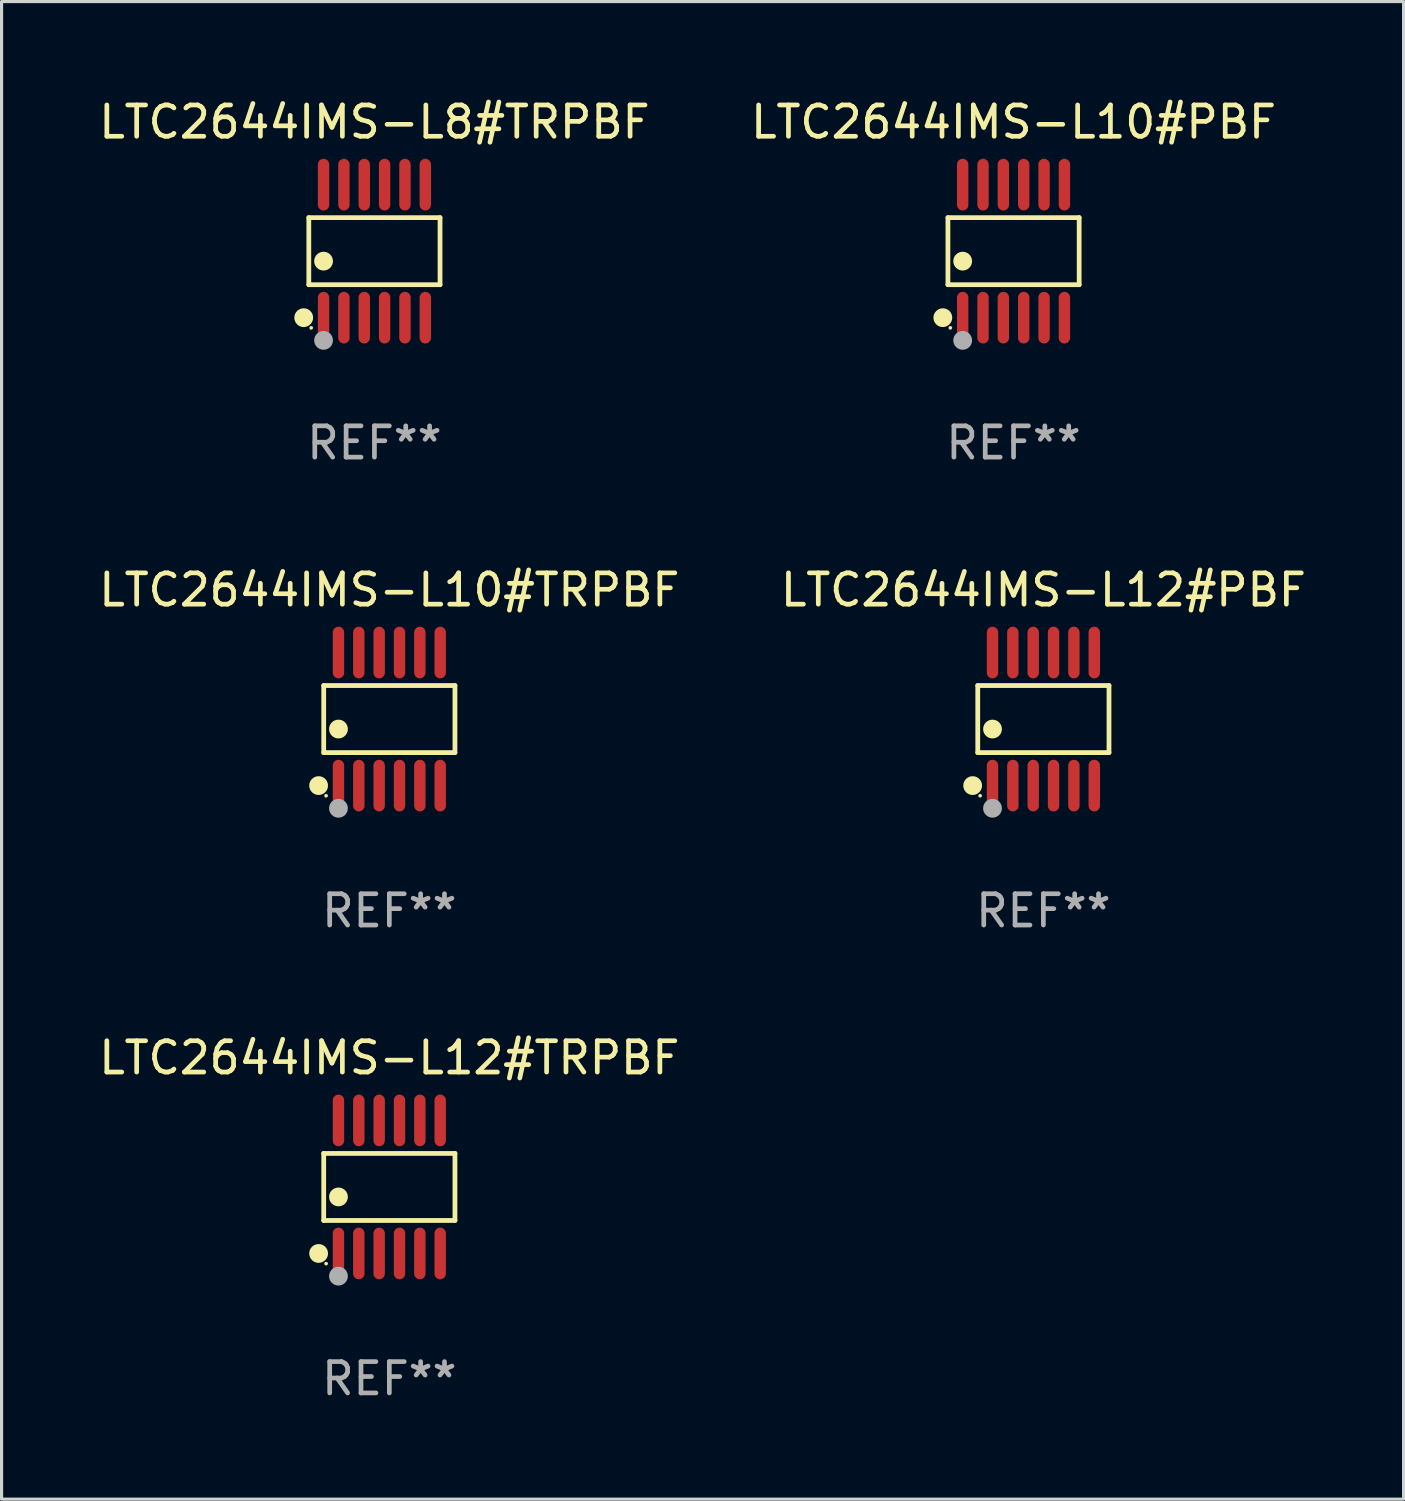
<source format=kicad_pcb>
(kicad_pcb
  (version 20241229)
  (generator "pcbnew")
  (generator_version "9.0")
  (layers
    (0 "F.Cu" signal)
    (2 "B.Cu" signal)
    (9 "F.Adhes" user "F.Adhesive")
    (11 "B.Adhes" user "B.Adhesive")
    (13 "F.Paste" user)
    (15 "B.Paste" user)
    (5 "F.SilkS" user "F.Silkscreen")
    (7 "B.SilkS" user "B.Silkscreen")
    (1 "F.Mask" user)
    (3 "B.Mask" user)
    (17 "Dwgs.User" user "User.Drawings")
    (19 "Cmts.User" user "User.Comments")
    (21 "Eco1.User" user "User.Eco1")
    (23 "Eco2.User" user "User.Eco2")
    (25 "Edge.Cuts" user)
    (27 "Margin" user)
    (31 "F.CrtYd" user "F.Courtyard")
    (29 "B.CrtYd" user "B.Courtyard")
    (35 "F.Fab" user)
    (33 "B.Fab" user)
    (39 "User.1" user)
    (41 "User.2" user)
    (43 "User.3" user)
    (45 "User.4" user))
  (footprint "LTC2644IMS-L12#TRPBF"
    (layer "F.Cu")
    (at 9.387 34.866)
    (property "Reference" "LTC2644IMS-L12#TRPBF" (at 0 -4.125 0) (layer "F.SilkS") (effects (font (size 1 1) (thickness 0.15))))
    (attr through_hole)
    (fp_line (start -2.096 -1.071) (end 2.096 -1.071) (stroke (width 0.152) (type solid)) (layer "F.SilkS"))
    (fp_line (start -2.096 1.071) (end -2.096 -1.071) (stroke (width 0.152) (type solid)) (layer "F.SilkS"))
    (fp_line (start 2.096 -1.071) (end 2.096 1.071) (stroke (width 0.152) (type solid)) (layer "F.SilkS"))
    (fp_line (start 2.096 1.071) (end -2.096 1.071) (stroke (width 0.152) (type solid)) (layer "F.SilkS"))
    (fp_circle (center -2.259 2.125) (end -2.109 2.125) (stroke (width 0.3) (type solid)) (fill no) (layer "F.SilkS"))
    (fp_circle (center -2.02 2.45) (end -1.99 2.45) (stroke (width 0.06) (type solid)) (fill no) (layer "F.SilkS"))
    (fp_circle (center -1.625 0.319) (end -1.475 0.319) (stroke (width 0.3) (type solid)) (fill no) (layer "F.SilkS"))
    (fp_circle (center -1.625 2.85) (end -1.475 2.85) (stroke (width 0.3) (type solid)) (fill no) (layer "F.Fab"))
    (fp_text user "REF**" (at 0 6.125 0) (layer "F.Fab") (effects (font (size 1 1) (thickness 0.15))))
    (pad "1" smd oval (at -1.625 2.125) (size 0.364 1.65) (layers "F.Cu" "F.Mask" "F.Paste"))
    (pad "2" smd oval (at -0.975 2.125) (size 0.364 1.65) (layers "F.Cu" "F.Mask" "F.Paste"))
    (pad "3" smd oval (at -0.325 2.125) (size 0.364 1.65) (layers "F.Cu" "F.Mask" "F.Paste"))
    (pad "4" smd oval (at 0.325 2.125) (size 0.364 1.65) (layers "F.Cu" "F.Mask" "F.Paste"))
    (pad "5" smd oval (at 0.975 2.125) (size 0.364 1.65) (layers "F.Cu" "F.Mask" "F.Paste"))
    (pad "6" smd oval (at 1.625 2.125) (size 0.364 1.65) (layers "F.Cu" "F.Mask" "F.Paste"))
    (pad "7" smd oval (at 1.625 -2.125) (size 0.364 1.65) (layers "F.Cu" "F.Mask" "F.Paste"))
    (pad "8" smd oval (at 0.975 -2.125) (size 0.364 1.65) (layers "F.Cu" "F.Mask" "F.Paste"))
    (pad "9" smd oval (at 0.325 -2.125) (size 0.364 1.65) (layers "F.Cu" "F.Mask" "F.Paste"))
    (pad "10" smd oval (at -0.325 -2.125) (size 0.364 1.65) (layers "F.Cu" "F.Mask" "F.Paste"))
    (pad "11" smd oval (at -0.975 -2.125) (size 0.364 1.65) (layers "F.Cu" "F.Mask" "F.Paste"))
    (pad "12" smd oval (at -1.625 -2.125) (size 0.364 1.65) (layers "F.Cu" "F.Mask" "F.Paste")))
  (footprint "LTC2644IMS-L8#TRPBF"
    (layer "F.Cu")
    (at 8.911 4.973)
    (property "Reference" "LTC2644IMS-L8#TRPBF" (at 0 -4.125 0) (layer "F.SilkS") (effects (font (size 1 1) (thickness 0.15))))
    (attr through_hole)
    (fp_line (start -2.096 -1.071) (end 2.096 -1.071) (stroke (width 0.152) (type solid)) (layer "F.SilkS"))
    (fp_line (start -2.096 1.071) (end -2.096 -1.071) (stroke (width 0.152) (type solid)) (layer "F.SilkS"))
    (fp_line (start 2.096 -1.071) (end 2.096 1.071) (stroke (width 0.152) (type solid)) (layer "F.SilkS"))
    (fp_line (start 2.096 1.071) (end -2.096 1.071) (stroke (width 0.152) (type solid)) (layer "F.SilkS"))
    (fp_circle (center -2.259 2.125) (end -2.109 2.125) (stroke (width 0.3) (type solid)) (fill no) (layer "F.SilkS"))
    (fp_circle (center -2.02 2.45) (end -1.99 2.45) (stroke (width 0.06) (type solid)) (fill no) (layer "F.SilkS"))
    (fp_circle (center -1.625 0.319) (end -1.475 0.319) (stroke (width 0.3) (type solid)) (fill no) (layer "F.SilkS"))
    (fp_circle (center -1.625 2.85) (end -1.475 2.85) (stroke (width 0.3) (type solid)) (fill no) (layer "F.Fab"))
    (fp_text user "REF**" (at 0 6.125 0) (layer "F.Fab") (effects (font (size 1 1) (thickness 0.15))))
    (pad "1" smd oval (at -1.625 2.125) (size 0.364 1.65) (layers "F.Cu" "F.Mask" "F.Paste"))
    (pad "2" smd oval (at -0.975 2.125) (size 0.364 1.65) (layers "F.Cu" "F.Mask" "F.Paste"))
    (pad "3" smd oval (at -0.325 2.125) (size 0.364 1.65) (layers "F.Cu" "F.Mask" "F.Paste"))
    (pad "4" smd oval (at 0.325 2.125) (size 0.364 1.65) (layers "F.Cu" "F.Mask" "F.Paste"))
    (pad "5" smd oval (at 0.975 2.125) (size 0.364 1.65) (layers "F.Cu" "F.Mask" "F.Paste"))
    (pad "6" smd oval (at 1.625 2.125) (size 0.364 1.65) (layers "F.Cu" "F.Mask" "F.Paste"))
    (pad "7" smd oval (at 1.625 -2.125) (size 0.364 1.65) (layers "F.Cu" "F.Mask" "F.Paste"))
    (pad "8" smd oval (at 0.975 -2.125) (size 0.364 1.65) (layers "F.Cu" "F.Mask" "F.Paste"))
    (pad "9" smd oval (at 0.325 -2.125) (size 0.364 1.65) (layers "F.Cu" "F.Mask" "F.Paste"))
    (pad "10" smd oval (at -0.325 -2.125) (size 0.364 1.65) (layers "F.Cu" "F.Mask" "F.Paste"))
    (pad "11" smd oval (at -0.975 -2.125) (size 0.364 1.65) (layers "F.Cu" "F.Mask" "F.Paste"))
    (pad "12" smd oval (at -1.625 -2.125) (size 0.364 1.65) (layers "F.Cu" "F.Mask" "F.Paste")))
  (footprint "LTC2644IMS-L12#PBF"
    (layer "F.Cu")
    (at 30.28 19.92)
    (property "Reference" "LTC2644IMS-L12#PBF" (at 0 -4.125 0) (layer "F.SilkS") (effects (font (size 1 1) (thickness 0.15))))
    (attr through_hole)
    (fp_line (start -2.096 -1.071) (end 2.096 -1.071) (stroke (width 0.152) (type solid)) (layer "F.SilkS"))
    (fp_line (start -2.096 1.071) (end -2.096 -1.071) (stroke (width 0.152) (type solid)) (layer "F.SilkS"))
    (fp_line (start 2.096 -1.071) (end 2.096 1.071) (stroke (width 0.152) (type solid)) (layer "F.SilkS"))
    (fp_line (start 2.096 1.071) (end -2.096 1.071) (stroke (width 0.152) (type solid)) (layer "F.SilkS"))
    (fp_circle (center -2.259 2.125) (end -2.109 2.125) (stroke (width 0.3) (type solid)) (fill no) (layer "F.SilkS"))
    (fp_circle (center -2.02 2.45) (end -1.99 2.45) (stroke (width 0.06) (type solid)) (fill no) (layer "F.SilkS"))
    (fp_circle (center -1.625 0.319) (end -1.475 0.319) (stroke (width 0.3) (type solid)) (fill no) (layer "F.SilkS"))
    (fp_circle (center -1.625 2.85) (end -1.475 2.85) (stroke (width 0.3) (type solid)) (fill no) (layer "F.Fab"))
    (fp_text user "REF**" (at 0 6.125 0) (layer "F.Fab") (effects (font (size 1 1) (thickness 0.15))))
    (pad "1" smd oval (at -1.625 2.125) (size 0.364 1.65) (layers "F.Cu" "F.Mask" "F.Paste"))
    (pad "2" smd oval (at -0.975 2.125) (size 0.364 1.65) (layers "F.Cu" "F.Mask" "F.Paste"))
    (pad "3" smd oval (at -0.325 2.125) (size 0.364 1.65) (layers "F.Cu" "F.Mask" "F.Paste"))
    (pad "4" smd oval (at 0.325 2.125) (size 0.364 1.65) (layers "F.Cu" "F.Mask" "F.Paste"))
    (pad "5" smd oval (at 0.975 2.125) (size 0.364 1.65) (layers "F.Cu" "F.Mask" "F.Paste"))
    (pad "6" smd oval (at 1.625 2.125) (size 0.364 1.65) (layers "F.Cu" "F.Mask" "F.Paste"))
    (pad "7" smd oval (at 1.625 -2.125) (size 0.364 1.65) (layers "F.Cu" "F.Mask" "F.Paste"))
    (pad "8" smd oval (at 0.975 -2.125) (size 0.364 1.65) (layers "F.Cu" "F.Mask" "F.Paste"))
    (pad "9" smd oval (at 0.325 -2.125) (size 0.364 1.65) (layers "F.Cu" "F.Mask" "F.Paste"))
    (pad "10" smd oval (at -0.325 -2.125) (size 0.364 1.65) (layers "F.Cu" "F.Mask" "F.Paste"))
    (pad "11" smd oval (at -0.975 -2.125) (size 0.364 1.65) (layers "F.Cu" "F.Mask" "F.Paste"))
    (pad "12" smd oval (at -1.625 -2.125) (size 0.364 1.65) (layers "F.Cu" "F.Mask" "F.Paste")))
  (footprint "LTC2644IMS-L10#TRPBF"
    (layer "F.Cu")
    (at 9.387 19.92)
    (property "Reference" "LTC2644IMS-L10#TRPBF" (at 0 -4.125 0) (layer "F.SilkS") (effects (font (size 1 1) (thickness 0.15))))
    (attr through_hole)
    (fp_line (start -2.096 -1.071) (end 2.096 -1.071) (stroke (width 0.152) (type solid)) (layer "F.SilkS"))
    (fp_line (start -2.096 1.071) (end -2.096 -1.071) (stroke (width 0.152) (type solid)) (layer "F.SilkS"))
    (fp_line (start 2.096 -1.071) (end 2.096 1.071) (stroke (width 0.152) (type solid)) (layer "F.SilkS"))
    (fp_line (start 2.096 1.071) (end -2.096 1.071) (stroke (width 0.152) (type solid)) (layer "F.SilkS"))
    (fp_circle (center -2.259 2.125) (end -2.109 2.125) (stroke (width 0.3) (type solid)) (fill no) (layer "F.SilkS"))
    (fp_circle (center -2.02 2.45) (end -1.99 2.45) (stroke (width 0.06) (type solid)) (fill no) (layer "F.SilkS"))
    (fp_circle (center -1.625 0.319) (end -1.475 0.319) (stroke (width 0.3) (type solid)) (fill no) (layer "F.SilkS"))
    (fp_circle (center -1.625 2.85) (end -1.475 2.85) (stroke (width 0.3) (type solid)) (fill no) (layer "F.Fab"))
    (fp_text user "REF**" (at 0 6.125 0) (layer "F.Fab") (effects (font (size 1 1) (thickness 0.15))))
    (pad "1" smd oval (at -1.625 2.125) (size 0.364 1.65) (layers "F.Cu" "F.Mask" "F.Paste"))
    (pad "2" smd oval (at -0.975 2.125) (size 0.364 1.65) (layers "F.Cu" "F.Mask" "F.Paste"))
    (pad "3" smd oval (at -0.325 2.125) (size 0.364 1.65) (layers "F.Cu" "F.Mask" "F.Paste"))
    (pad "4" smd oval (at 0.325 2.125) (size 0.364 1.65) (layers "F.Cu" "F.Mask" "F.Paste"))
    (pad "5" smd oval (at 0.975 2.125) (size 0.364 1.65) (layers "F.Cu" "F.Mask" "F.Paste"))
    (pad "6" smd oval (at 1.625 2.125) (size 0.364 1.65) (layers "F.Cu" "F.Mask" "F.Paste"))
    (pad "7" smd oval (at 1.625 -2.125) (size 0.364 1.65) (layers "F.Cu" "F.Mask" "F.Paste"))
    (pad "8" smd oval (at 0.975 -2.125) (size 0.364 1.65) (layers "F.Cu" "F.Mask" "F.Paste"))
    (pad "9" smd oval (at 0.325 -2.125) (size 0.364 1.65) (layers "F.Cu" "F.Mask" "F.Paste"))
    (pad "10" smd oval (at -0.325 -2.125) (size 0.364 1.65) (layers "F.Cu" "F.Mask" "F.Paste"))
    (pad "11" smd oval (at -0.975 -2.125) (size 0.364 1.65) (layers "F.Cu" "F.Mask" "F.Paste"))
    (pad "12" smd oval (at -1.625 -2.125) (size 0.364 1.65) (layers "F.Cu" "F.Mask" "F.Paste")))
  (footprint "LTC2644IMS-L10#PBF"
    (layer "F.Cu")
    (at 29.327 4.973)
    (property "Reference" "LTC2644IMS-L10#PBF" (at 0 -4.125 0) (layer "F.SilkS") (effects (font (size 1 1) (thickness 0.15))))
    (attr through_hole)
    (fp_line (start -2.096 -1.071) (end 2.096 -1.071) (stroke (width 0.152) (type solid)) (layer "F.SilkS"))
    (fp_line (start -2.096 1.071) (end -2.096 -1.071) (stroke (width 0.152) (type solid)) (layer "F.SilkS"))
    (fp_line (start 2.096 -1.071) (end 2.096 1.071) (stroke (width 0.152) (type solid)) (layer "F.SilkS"))
    (fp_line (start 2.096 1.071) (end -2.096 1.071) (stroke (width 0.152) (type solid)) (layer "F.SilkS"))
    (fp_circle (center -2.259 2.125) (end -2.109 2.125) (stroke (width 0.3) (type solid)) (fill no) (layer "F.SilkS"))
    (fp_circle (center -2.02 2.45) (end -1.99 2.45) (stroke (width 0.06) (type solid)) (fill no) (layer "F.SilkS"))
    (fp_circle (center -1.625 0.319) (end -1.475 0.319) (stroke (width 0.3) (type solid)) (fill no) (layer "F.SilkS"))
    (fp_circle (center -1.625 2.85) (end -1.475 2.85) (stroke (width 0.3) (type solid)) (fill no) (layer "F.Fab"))
    (fp_text user "REF**" (at 0 6.125 0) (layer "F.Fab") (effects (font (size 1 1) (thickness 0.15))))
    (pad "1" smd oval (at -1.625 2.125) (size 0.364 1.65) (layers "F.Cu" "F.Mask" "F.Paste"))
    (pad "2" smd oval (at -0.975 2.125) (size 0.364 1.65) (layers "F.Cu" "F.Mask" "F.Paste"))
    (pad "3" smd oval (at -0.325 2.125) (size 0.364 1.65) (layers "F.Cu" "F.Mask" "F.Paste"))
    (pad "4" smd oval (at 0.325 2.125) (size 0.364 1.65) (layers "F.Cu" "F.Mask" "F.Paste"))
    (pad "5" smd oval (at 0.975 2.125) (size 0.364 1.65) (layers "F.Cu" "F.Mask" "F.Paste"))
    (pad "6" smd oval (at 1.625 2.125) (size 0.364 1.65) (layers "F.Cu" "F.Mask" "F.Paste"))
    (pad "7" smd oval (at 1.625 -2.125) (size 0.364 1.65) (layers "F.Cu" "F.Mask" "F.Paste"))
    (pad "8" smd oval (at 0.975 -2.125) (size 0.364 1.65) (layers "F.Cu" "F.Mask" "F.Paste"))
    (pad "9" smd oval (at 0.325 -2.125) (size 0.364 1.65) (layers "F.Cu" "F.Mask" "F.Paste"))
    (pad "10" smd oval (at -0.325 -2.125) (size 0.364 1.65) (layers "F.Cu" "F.Mask" "F.Paste"))
    (pad "11" smd oval (at -0.975 -2.125) (size 0.364 1.65) (layers "F.Cu" "F.Mask" "F.Paste"))
    (pad "12" smd oval (at -1.625 -2.125) (size 0.364 1.65) (layers "F.Cu" "F.Mask" "F.Paste")))
  (gr_rect
    (start -3 -3)
    (end 41.786 44.839)
    (stroke (width 0.1) (type default))
    (fill no)
    (layer "Edge.Cuts")))
</source>
